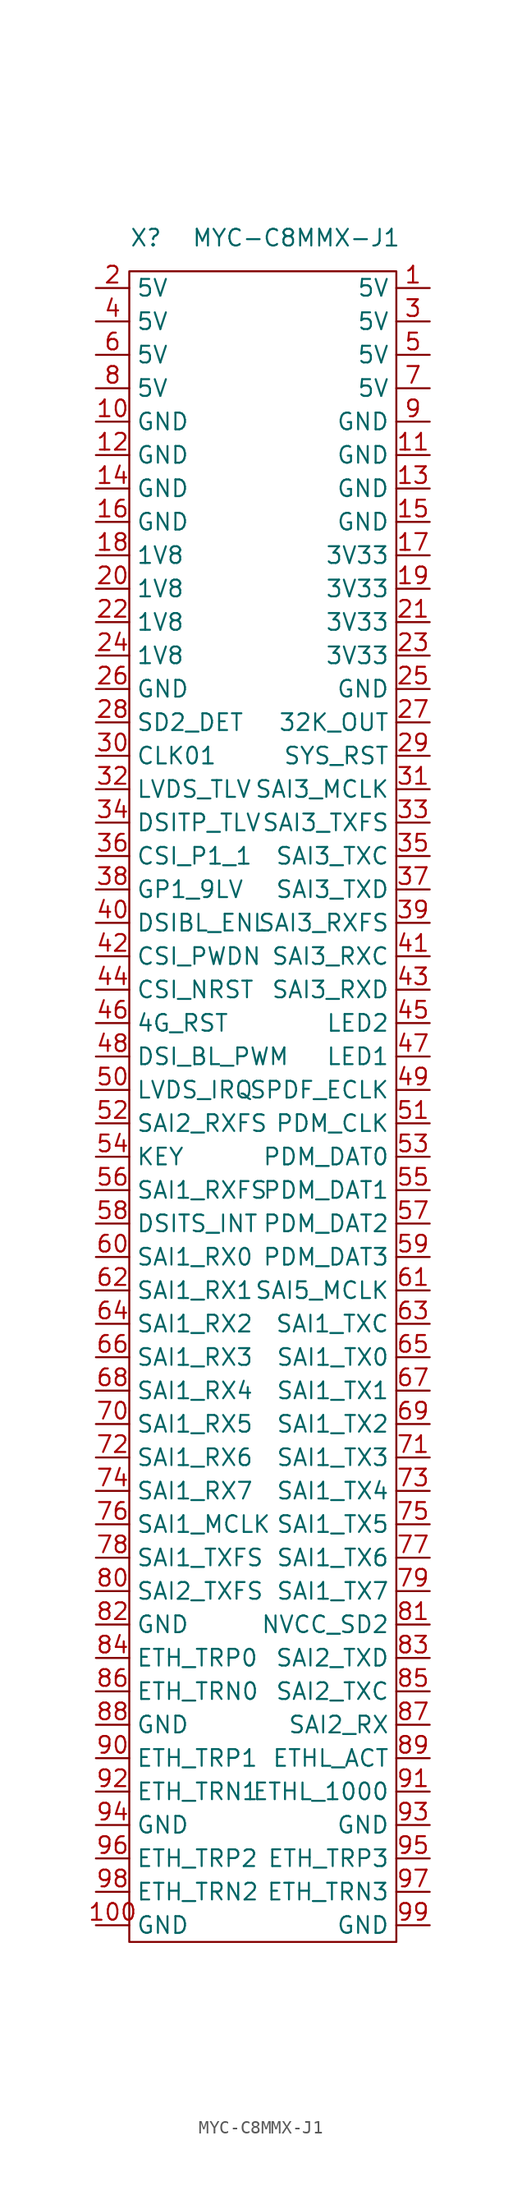
<source format=kicad_sym>
(kicad_symbol_lib
  (version 20211014)
  (generator kicad_symbol_editor)
  (symbol "MYC-C8MMX-J1"
    (property "Reference" "X"
      (at -8.89 2.54 0)
      (effects (font (size 1.27 1.27))))
    (property "Value" "MYC-C8MMX-J1"
      (at 2.54 2.54 0)
      (effects (font (size 1.27 1.27))))
    (symbol "MYC-C8MMX-J1_1_0"
      (pin unspecified line (at 12.7 -1.27 180) (length 2.54) (name "5V" (effects (font (size 1.27 1.27)))) (number "1" (effects (font (size 1.27 1.27)))))
      (pin unspecified line (at -12.7 -11.43 0) (length 2.54) (name "GND" (effects (font (size 1.27 1.27)))) (number "10" (effects (font (size 1.27 1.27)))))
      (pin unspecified line (at -12.7 -125.73 0) (length 2.54) (name "GND" (effects (font (size 1.27 1.27)))) (number "100" (effects (font (size 1.27 1.27)))))
      (pin unspecified line (at 12.7 -13.97 180) (length 2.54) (name "GND" (effects (font (size 1.27 1.27)))) (number "11" (effects (font (size 1.27 1.27)))))
      (pin unspecified line (at -12.7 -13.97 0) (length 2.54) (name "GND" (effects (font (size 1.27 1.27)))) (number "12" (effects (font (size 1.27 1.27)))))
      (pin unspecified line (at 12.7 -16.51 180) (length 2.54) (name "GND" (effects (font (size 1.27 1.27)))) (number "13" (effects (font (size 1.27 1.27)))))
      (pin unspecified line (at -12.7 -16.51 0) (length 2.54) (name "GND" (effects (font (size 1.27 1.27)))) (number "14" (effects (font (size 1.27 1.27)))))
      (pin unspecified line (at 12.7 -19.05 180) (length 2.54) (name "GND" (effects (font (size 1.27 1.27)))) (number "15" (effects (font (size 1.27 1.27)))))
      (pin unspecified line (at -12.7 -19.05 0) (length 2.54) (name "GND" (effects (font (size 1.27 1.27)))) (number "16" (effects (font (size 1.27 1.27)))))
      (pin unspecified line (at 12.7 -21.59 180) (length 2.54) (name "3V33" (effects (font (size 1.27 1.27)))) (number "17" (effects (font (size 1.27 1.27)))))
      (pin unspecified line (at -12.7 -21.59 0) (length 2.54) (name "1V8" (effects (font (size 1.27 1.27)))) (number "18" (effects (font (size 1.27 1.27)))))
      (pin unspecified line (at 12.7 -24.13 180) (length 2.54) (name "3V33" (effects (font (size 1.27 1.27)))) (number "19" (effects (font (size 1.27 1.27)))))
      (pin unspecified line (at -12.7 -1.27 0) (length 2.54) (name "5V" (effects (font (size 1.27 1.27)))) (number "2" (effects (font (size 1.27 1.27)))))
      (pin unspecified line (at -12.7 -24.13 0) (length 2.54) (name "1V8" (effects (font (size 1.27 1.27)))) (number "20" (effects (font (size 1.27 1.27)))))
      (pin unspecified line (at 12.7 -26.67 180) (length 2.54) (name "3V33" (effects (font (size 1.27 1.27)))) (number "21" (effects (font (size 1.27 1.27)))))
      (pin unspecified line (at -12.7 -26.67 0) (length 2.54) (name "1V8" (effects (font (size 1.27 1.27)))) (number "22" (effects (font (size 1.27 1.27)))))
      (pin unspecified line (at 12.7 -29.21 180) (length 2.54) (name "3V33" (effects (font (size 1.27 1.27)))) (number "23" (effects (font (size 1.27 1.27)))))
      (pin unspecified line (at -12.7 -29.21 0) (length 2.54) (name "1V8" (effects (font (size 1.27 1.27)))) (number "24" (effects (font (size 1.27 1.27)))))
      (pin unspecified line (at 12.7 -31.75 180) (length 2.54) (name "GND" (effects (font (size 1.27 1.27)))) (number "25" (effects (font (size 1.27 1.27)))))
      (pin unspecified line (at -12.7 -31.75 0) (length 2.54) (name "GND" (effects (font (size 1.27 1.27)))) (number "26" (effects (font (size 1.27 1.27)))))
      (pin unspecified line (at 12.7 -34.29 180) (length 2.54) (name "32K_OUT" (effects (font (size 1.27 1.27)))) (number "27" (effects (font (size 1.27 1.27)))))
      (pin unspecified line (at -12.7 -34.29 0) (length 2.54) (name "SD2_DET" (effects (font (size 1.27 1.27)))) (number "28" (effects (font (size 1.27 1.27)))))
      (pin unspecified line (at 12.7 -36.83 180) (length 2.54) (name "SYS_RST" (effects (font (size 1.27 1.27)))) (number "29" (effects (font (size 1.27 1.27)))))
      (pin unspecified line (at 12.7 -3.81 180) (length 2.54) (name "5V" (effects (font (size 1.27 1.27)))) (number "3" (effects (font (size 1.27 1.27)))))
      (pin unspecified line (at -12.7 -36.83 0) (length 2.54) (name "CLK01" (effects (font (size 1.27 1.27)))) (number "30" (effects (font (size 1.27 1.27)))))
      (pin unspecified line (at 12.7 -39.37 180) (length 2.54) (name "SAI3_MCLK" (effects (font (size 1.27 1.27)))) (number "31" (effects (font (size 1.27 1.27)))))
      (pin unspecified line (at -12.7 -39.37 0) (length 2.54) (name "LVDS_TLV" (effects (font (size 1.27 1.27)))) (number "32" (effects (font (size 1.27 1.27)))))
      (pin unspecified line (at 12.7 -41.91 180) (length 2.54) (name "SAI3_TXFS" (effects (font (size 1.27 1.27)))) (number "33" (effects (font (size 1.27 1.27)))))
      (pin unspecified line (at -12.7 -41.91 0) (length 2.54) (name "DSITP_TLV" (effects (font (size 1.27 1.27)))) (number "34" (effects (font (size 1.27 1.27)))))
      (pin unspecified line (at 12.7 -44.45 180) (length 2.54) (name "SAI3_TXC" (effects (font (size 1.27 1.27)))) (number "35" (effects (font (size 1.27 1.27)))))
      (pin unspecified line (at -12.7 -44.45 0) (length 2.54) (name "CSI_P1_1" (effects (font (size 1.27 1.27)))) (number "36" (effects (font (size 1.27 1.27)))))
      (pin unspecified line (at 12.7 -46.99 180) (length 2.54) (name "SAI3_TXD" (effects (font (size 1.27 1.27)))) (number "37" (effects (font (size 1.27 1.27)))))
      (pin unspecified line (at -12.7 -46.99 0) (length 2.54) (name "GP1_9LV" (effects (font (size 1.27 1.27)))) (number "38" (effects (font (size 1.27 1.27)))))
      (pin unspecified line (at 12.7 -49.53 180) (length 2.54) (name "SAI3_RXFS" (effects (font (size 1.27 1.27)))) (number "39" (effects (font (size 1.27 1.27)))))
      (pin unspecified line (at -12.7 -3.81 0) (length 2.54) (name "5V" (effects (font (size 1.27 1.27)))) (number "4" (effects (font (size 1.27 1.27)))))
      (pin unspecified line (at -12.7 -49.53 0) (length 2.54) (name "DSIBL_ENL" (effects (font (size 1.27 1.27)))) (number "40" (effects (font (size 1.27 1.27)))))
      (pin unspecified line (at 12.7 -52.07 180) (length 2.54) (name "SAI3_RXC" (effects (font (size 1.27 1.27)))) (number "41" (effects (font (size 1.27 1.27)))))
      (pin unspecified line (at -12.7 -52.07 0) (length 2.54) (name "CSI_PWDN" (effects (font (size 1.27 1.27)))) (number "42" (effects (font (size 1.27 1.27)))))
      (pin unspecified line (at 12.7 -54.61 180) (length 2.54) (name "SAI3_RXD" (effects (font (size 1.27 1.27)))) (number "43" (effects (font (size 1.27 1.27)))))
      (pin unspecified line (at -12.7 -54.61 0) (length 2.54) (name "CSI_NRST" (effects (font (size 1.27 1.27)))) (number "44" (effects (font (size 1.27 1.27)))))
      (pin unspecified line (at 12.7 -57.15 180) (length 2.54) (name "LED2" (effects (font (size 1.27 1.27)))) (number "45" (effects (font (size 1.27 1.27)))))
      (pin unspecified line (at -12.7 -57.15 0) (length 2.54) (name "4G_RST" (effects (font (size 1.27 1.27)))) (number "46" (effects (font (size 1.27 1.27)))))
      (pin unspecified line (at 12.7 -59.69 180) (length 2.54) (name "LED1" (effects (font (size 1.27 1.27)))) (number "47" (effects (font (size 1.27 1.27)))))
      (pin unspecified line (at -12.7 -59.69 0) (length 2.54) (name "DSI_BL_PWM" (effects (font (size 1.27 1.27)))) (number "48" (effects (font (size 1.27 1.27)))))
      (pin unspecified line (at 12.7 -62.23 180) (length 2.54) (name "SPDF_ECLK" (effects (font (size 1.27 1.27)))) (number "49" (effects (font (size 1.27 1.27)))))
      (pin unspecified line (at 12.7 -6.35 180) (length 2.54) (name "5V" (effects (font (size 1.27 1.27)))) (number "5" (effects (font (size 1.27 1.27)))))
      (pin unspecified line (at -12.7 -62.23 0) (length 2.54) (name "LVDS_IRQ" (effects (font (size 1.27 1.27)))) (number "50" (effects (font (size 1.27 1.27)))))
      (pin unspecified line (at 12.7 -64.77 180) (length 2.54) (name "PDM_CLK" (effects (font (size 1.27 1.27)))) (number "51" (effects (font (size 1.27 1.27)))))
      (pin unspecified line (at -12.7 -64.77 0) (length 2.54) (name "SAI2_RXFS" (effects (font (size 1.27 1.27)))) (number "52" (effects (font (size 1.27 1.27)))))
      (pin unspecified line (at 12.7 -67.31 180) (length 2.54) (name "PDM_DAT0" (effects (font (size 1.27 1.27)))) (number "53" (effects (font (size 1.27 1.27)))))
      (pin unspecified line (at -12.7 -67.31 0) (length 2.54) (name "KEY" (effects (font (size 1.27 1.27)))) (number "54" (effects (font (size 1.27 1.27)))))
      (pin unspecified line (at 12.7 -69.85 180) (length 2.54) (name "PDM_DAT1" (effects (font (size 1.27 1.27)))) (number "55" (effects (font (size 1.27 1.27)))))
      (pin unspecified line (at -12.7 -69.85 0) (length 2.54) (name "SAI1_RXFS" (effects (font (size 1.27 1.27)))) (number "56" (effects (font (size 1.27 1.27)))))
      (pin unspecified line (at 12.7 -72.39 180) (length 2.54) (name "PDM_DAT2" (effects (font (size 1.27 1.27)))) (number "57" (effects (font (size 1.27 1.27)))))
      (pin unspecified line (at -12.7 -72.39 0) (length 2.54) (name "DSITS_INT" (effects (font (size 1.27 1.27)))) (number "58" (effects (font (size 1.27 1.27)))))
      (pin unspecified line (at 12.7 -74.93 180) (length 2.54) (name "PDM_DAT3" (effects (font (size 1.27 1.27)))) (number "59" (effects (font (size 1.27 1.27)))))
      (pin unspecified line (at -12.7 -6.35 0) (length 2.54) (name "5V" (effects (font (size 1.27 1.27)))) (number "6" (effects (font (size 1.27 1.27)))))
      (pin unspecified line (at -12.7 -74.93 0) (length 2.54) (name "SAI1_RX0" (effects (font (size 1.27 1.27)))) (number "60" (effects (font (size 1.27 1.27)))))
      (pin unspecified line (at 12.7 -77.47 180) (length 2.54) (name "SAI5_MCLK" (effects (font (size 1.27 1.27)))) (number "61" (effects (font (size 1.27 1.27)))))
      (pin unspecified line (at -12.7 -77.47 0) (length 2.54) (name "SAI1_RX1" (effects (font (size 1.27 1.27)))) (number "62" (effects (font (size 1.27 1.27)))))
      (pin unspecified line (at 12.7 -80.01 180) (length 2.54) (name "SAI1_TXC" (effects (font (size 1.27 1.27)))) (number "63" (effects (font (size 1.27 1.27)))))
      (pin unspecified line (at -12.7 -80.01 0) (length 2.54) (name "SAI1_RX2" (effects (font (size 1.27 1.27)))) (number "64" (effects (font (size 1.27 1.27)))))
      (pin unspecified line (at 12.7 -82.55 180) (length 2.54) (name "SAI1_TX0" (effects (font (size 1.27 1.27)))) (number "65" (effects (font (size 1.27 1.27)))))
      (pin unspecified line (at -12.7 -82.55 0) (length 2.54) (name "SAI1_RX3" (effects (font (size 1.27 1.27)))) (number "66" (effects (font (size 1.27 1.27)))))
      (pin unspecified line (at 12.7 -85.09 180) (length 2.54) (name "SAI1_TX1" (effects (font (size 1.27 1.27)))) (number "67" (effects (font (size 1.27 1.27)))))
      (pin unspecified line (at -12.7 -85.09 0) (length 2.54) (name "SAI1_RX4" (effects (font (size 1.27 1.27)))) (number "68" (effects (font (size 1.27 1.27)))))
      (pin unspecified line (at 12.7 -87.63 180) (length 2.54) (name "SAI1_TX2" (effects (font (size 1.27 1.27)))) (number "69" (effects (font (size 1.27 1.27)))))
      (pin unspecified line (at 12.7 -8.89 180) (length 2.54) (name "5V" (effects (font (size 1.27 1.27)))) (number "7" (effects (font (size 1.27 1.27)))))
      (pin unspecified line (at -12.7 -87.63 0) (length 2.54) (name "SAI1_RX5" (effects (font (size 1.27 1.27)))) (number "70" (effects (font (size 1.27 1.27)))))
      (pin unspecified line (at 12.7 -90.17 180) (length 2.54) (name "SAI1_TX3" (effects (font (size 1.27 1.27)))) (number "71" (effects (font (size 1.27 1.27)))))
      (pin unspecified line (at -12.7 -90.17 0) (length 2.54) (name "SAI1_RX6" (effects (font (size 1.27 1.27)))) (number "72" (effects (font (size 1.27 1.27)))))
      (pin unspecified line (at 12.7 -92.71 180) (length 2.54) (name "SAI1_TX4" (effects (font (size 1.27 1.27)))) (number "73" (effects (font (size 1.27 1.27)))))
      (pin unspecified line (at -12.7 -92.71 0) (length 2.54) (name "SAI1_RX7" (effects (font (size 1.27 1.27)))) (number "74" (effects (font (size 1.27 1.27)))))
      (pin unspecified line (at 12.7 -95.25 180) (length 2.54) (name "SAI1_TX5" (effects (font (size 1.27 1.27)))) (number "75" (effects (font (size 1.27 1.27)))))
      (pin unspecified line (at -12.7 -95.25 0) (length 2.54) (name "SAI1_MCLK" (effects (font (size 1.27 1.27)))) (number "76" (effects (font (size 1.27 1.27)))))
      (pin unspecified line (at 12.7 -97.79 180) (length 2.54) (name "SAI1_TX6" (effects (font (size 1.27 1.27)))) (number "77" (effects (font (size 1.27 1.27)))))
      (pin unspecified line (at -12.7 -97.79 0) (length 2.54) (name "SAI1_TXFS" (effects (font (size 1.27 1.27)))) (number "78" (effects (font (size 1.27 1.27)))))
      (pin unspecified line (at 12.7 -100.33 180) (length 2.54) (name "SAI1_TX7" (effects (font (size 1.27 1.27)))) (number "79" (effects (font (size 1.27 1.27)))))
      (pin unspecified line (at -12.7 -8.89 0) (length 2.54) (name "5V" (effects (font (size 1.27 1.27)))) (number "8" (effects (font (size 1.27 1.27)))))
      (pin unspecified line (at -12.7 -100.33 0) (length 2.54) (name "SAI2_TXFS" (effects (font (size 1.27 1.27)))) (number "80" (effects (font (size 1.27 1.27)))))
      (pin unspecified line (at 12.7 -102.87 180) (length 2.54) (name "NVCC_SD2" (effects (font (size 1.27 1.27)))) (number "81" (effects (font (size 1.27 1.27)))))
      (pin unspecified line (at -12.7 -102.87 0) (length 2.54) (name "GND" (effects (font (size 1.27 1.27)))) (number "82" (effects (font (size 1.27 1.27)))))
      (pin unspecified line (at 12.7 -105.41 180) (length 2.54) (name "SAI2_TXD" (effects (font (size 1.27 1.27)))) (number "83" (effects (font (size 1.27 1.27)))))
      (pin unspecified line (at -12.7 -105.41 0) (length 2.54) (name "ETH_TRP0" (effects (font (size 1.27 1.27)))) (number "84" (effects (font (size 1.27 1.27)))))
      (pin unspecified line (at 12.7 -107.95 180) (length 2.54) (name "SAI2_TXC" (effects (font (size 1.27 1.27)))) (number "85" (effects (font (size 1.27 1.27)))))
      (pin unspecified line (at -12.7 -107.95 0) (length 2.54) (name "ETH_TRN0" (effects (font (size 1.27 1.27)))) (number "86" (effects (font (size 1.27 1.27)))))
      (pin unspecified line (at 12.7 -110.49 180) (length 2.54) (name "SAI2_RX" (effects (font (size 1.27 1.27)))) (number "87" (effects (font (size 1.27 1.27)))))
      (pin unspecified line (at -12.7 -110.49 0) (length 2.54) (name "GND" (effects (font (size 1.27 1.27)))) (number "88" (effects (font (size 1.27 1.27)))))
      (pin unspecified line (at 12.7 -113.03 180) (length 2.54) (name "ETHL_ACT" (effects (font (size 1.27 1.27)))) (number "89" (effects (font (size 1.27 1.27)))))
      (pin unspecified line (at 12.7 -11.43 180) (length 2.54) (name "GND" (effects (font (size 1.27 1.27)))) (number "9" (effects (font (size 1.27 1.27)))))
      (pin unspecified line (at -12.7 -113.03 0) (length 2.54) (name "ETH_TRP1" (effects (font (size 1.27 1.27)))) (number "90" (effects (font (size 1.27 1.27)))))
      (pin unspecified line (at 12.7 -115.57 180) (length 2.54) (name "ETHL_1000" (effects (font (size 1.27 1.27)))) (number "91" (effects (font (size 1.27 1.27)))))
      (pin unspecified line (at -12.7 -115.57 0) (length 2.54) (name "ETH_TRN1" (effects (font (size 1.27 1.27)))) (number "92" (effects (font (size 1.27 1.27)))))
      (pin unspecified line (at 12.7 -118.11 180) (length 2.54) (name "GND" (effects (font (size 1.27 1.27)))) (number "93" (effects (font (size 1.27 1.27)))))
      (pin unspecified line (at -12.7 -118.11 0) (length 2.54) (name "GND" (effects (font (size 1.27 1.27)))) (number "94" (effects (font (size 1.27 1.27)))))
      (pin unspecified line (at 12.7 -120.65 180) (length 2.54) (name "ETH_TRP3" (effects (font (size 1.27 1.27)))) (number "95" (effects (font (size 1.27 1.27)))))
      (pin unspecified line (at -12.7 -120.65 0) (length 2.54) (name "ETH_TRP2" (effects (font (size 1.27 1.27)))) (number "96" (effects (font (size 1.27 1.27)))))
      (pin unspecified line (at 12.7 -123.19 180) (length 2.54) (name "ETH_TRN3" (effects (font (size 1.27 1.27)))) (number "97" (effects (font (size 1.27 1.27)))))
      (pin unspecified line (at -12.7 -123.19 0) (length 2.54) (name "ETH_TRN2" (effects (font (size 1.27 1.27)))) (number "98" (effects (font (size 1.27 1.27)))))
      (pin unspecified line (at 12.7 -125.73 180) (length 2.54) (name "GND" (effects (font (size 1.27 1.27)))) (number "99" (effects (font (size 1.27 1.27))))))
    (symbol "MYC-C8MMX-J1_1_1"
      (rectangle (start -10.16 0) (end 10.16 -127) (stroke (width 0.152) (type default) (color 0 0 0 0)) (fill (type none))))))
</source>
